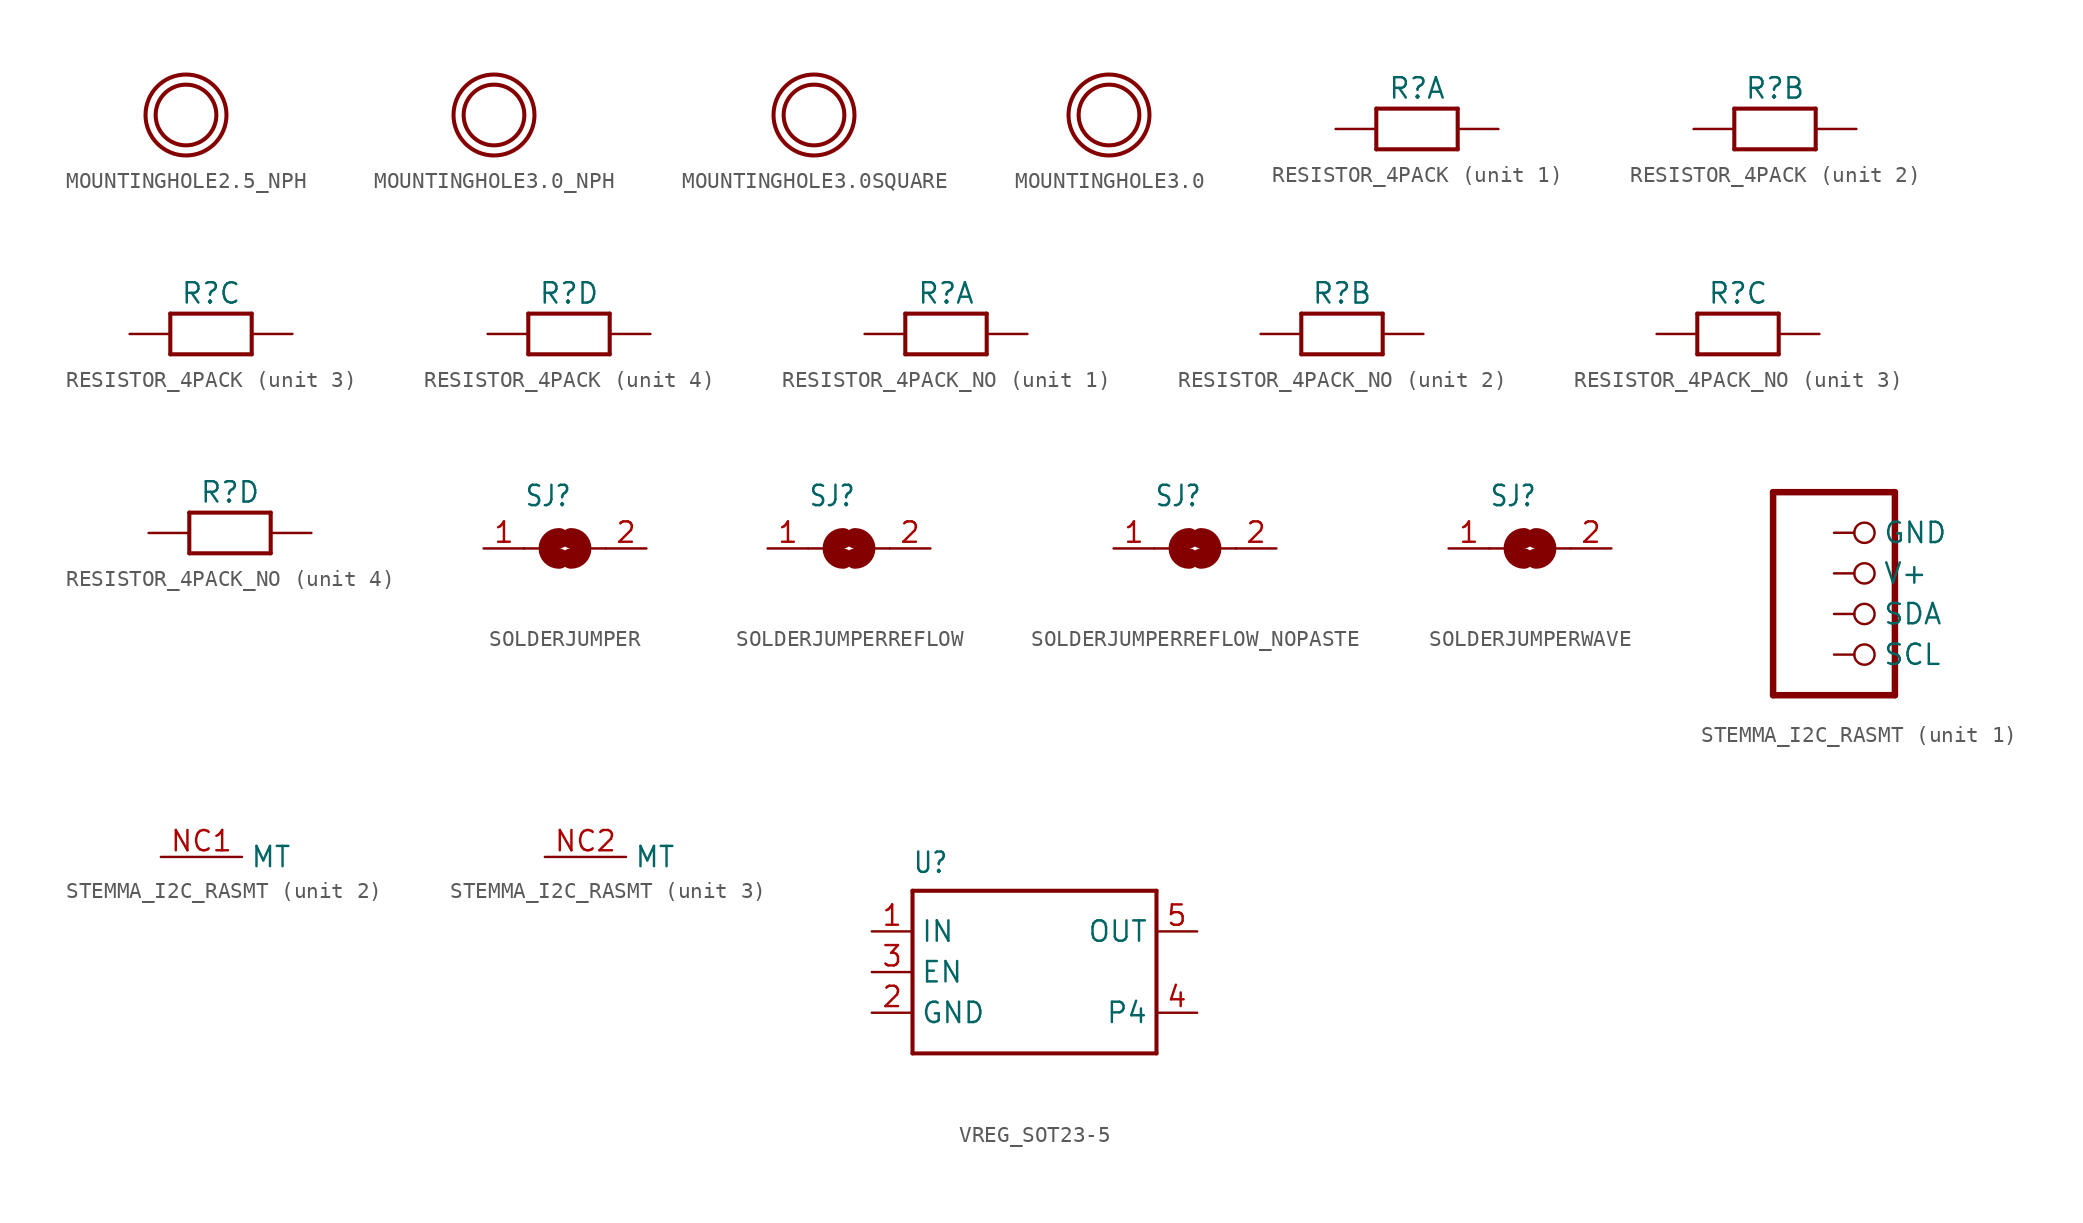
<source format=kicad_sym>
(kicad_symbol_lib
  (version 20220914)
  (generator kicad_symbol_editor)
  (symbol "MOUNTINGHOLE2.5_NPH"
    (property "Reference" ""
      (at 0 0 0)
      (effects (font (size 1.27 1.27)) hide))
    (property "ki_locked" ""
      (at 0 0 0)
      (effects (font (size 1.27 1.27))))
    (symbol "MOUNTINGHOLE2.5_NPH_1_0"
      (circle (center 0 0) (radius 1.905) (stroke (width 0.254) (type solid)) (fill (type none)))
      (circle (center 0 0) (radius 2.54) (stroke (width 0.254) (type solid)) (fill (type none)))))
  (symbol "MOUNTINGHOLE3.0_NPH"
    (property "Reference" ""
      (at 0 0 0)
      (effects (font (size 1.27 1.27)) hide))
    (property "ki_locked" ""
      (at 0 0 0)
      (effects (font (size 1.27 1.27))))
    (symbol "MOUNTINGHOLE3.0_NPH_1_0"
      (circle (center 0 0) (radius 1.905) (stroke (width 0.254) (type solid)) (fill (type none)))
      (circle (center 0 0) (radius 2.54) (stroke (width 0.254) (type solid)) (fill (type none)))))
  (symbol "MOUNTINGHOLE3.0SQUARE"
    (property "Reference" ""
      (at 0 0 0)
      (effects (font (size 1.27 1.27)) hide))
    (property "ki_locked" ""
      (at 0 0 0)
      (effects (font (size 1.27 1.27))))
    (symbol "MOUNTINGHOLE3.0SQUARE_1_0"
      (circle (center 0 0) (radius 1.905) (stroke (width 0.254) (type solid)) (fill (type none)))
      (circle (center 0 0) (radius 2.54) (stroke (width 0.254) (type solid)) (fill (type none)))))
  (symbol "MOUNTINGHOLE3.0"
    (property "Reference" ""
      (at 0 0 0)
      (effects (font (size 1.27 1.27)) hide))
    (property "ki_locked" ""
      (at 0 0 0)
      (effects (font (size 1.27 1.27))))
    (symbol "MOUNTINGHOLE3.0_1_0"
      (circle (center 0 0) (radius 1.905) (stroke (width 0.254) (type solid)) (fill (type none)))
      (circle (center 0 0) (radius 2.54) (stroke (width 0.254) (type solid)) (fill (type none)))))
  (symbol "RESISTOR_4PACK"
    (property "Reference" "R"
      (at 0 2.54 0)
      (effects (font (size 1.27 1.27))))
    (property "Value" ""
      (at 0 0 0)
      (effects (font (size 1.016 1.016) bold)))
    (property "ki_locked" ""
      (at 0 0 0)
      (effects (font (size 1.27 1.27))))
    (symbol "RESISTOR_4PACK_1_0"
      (polyline (pts (xy -2.54 -1.27) (xy -2.54 1.27)) (stroke (width 0.254) (type solid)) (fill (type none)))
      (polyline (pts (xy -2.54 1.27) (xy 2.54 1.27)) (stroke (width 0.254) (type solid)) (fill (type none)))
      (polyline (pts (xy 2.54 -1.27) (xy -2.54 -1.27)) (stroke (width 0.254) (type solid)) (fill (type none)))
      (polyline (pts (xy 2.54 1.27) (xy 2.54 -1.27)) (stroke (width 0.254) (type solid)) (fill (type none)))
      (pin passive line (at -5.08 0 0) (length 2.54) (name "1" (effects (font (size 0 0)))) (number "1" (effects (font (size 0 0)))))
      (pin passive line (at 5.08 0 180) (length 2.54) (name "2" (effects (font (size 0 0)))) (number "8" (effects (font (size 0 0))))))
    (symbol "RESISTOR_4PACK_2_0"
      (polyline (pts (xy -2.54 -1.27) (xy -2.54 1.27)) (stroke (width 0.254) (type solid)) (fill (type none)))
      (polyline (pts (xy -2.54 1.27) (xy 2.54 1.27)) (stroke (width 0.254) (type solid)) (fill (type none)))
      (polyline (pts (xy 2.54 -1.27) (xy -2.54 -1.27)) (stroke (width 0.254) (type solid)) (fill (type none)))
      (polyline (pts (xy 2.54 1.27) (xy 2.54 -1.27)) (stroke (width 0.254) (type solid)) (fill (type none)))
      (pin passive line (at -5.08 0 0) (length 2.54) (name "1" (effects (font (size 0 0)))) (number "2" (effects (font (size 0 0)))))
      (pin passive line (at 5.08 0 180) (length 2.54) (name "2" (effects (font (size 0 0)))) (number "7" (effects (font (size 0 0))))))
    (symbol "RESISTOR_4PACK_3_0"
      (polyline (pts (xy -2.54 -1.27) (xy -2.54 1.27)) (stroke (width 0.254) (type solid)) (fill (type none)))
      (polyline (pts (xy -2.54 1.27) (xy 2.54 1.27)) (stroke (width 0.254) (type solid)) (fill (type none)))
      (polyline (pts (xy 2.54 -1.27) (xy -2.54 -1.27)) (stroke (width 0.254) (type solid)) (fill (type none)))
      (polyline (pts (xy 2.54 1.27) (xy 2.54 -1.27)) (stroke (width 0.254) (type solid)) (fill (type none)))
      (pin passive line (at -5.08 0 0) (length 2.54) (name "1" (effects (font (size 0 0)))) (number "3" (effects (font (size 0 0)))))
      (pin passive line (at 5.08 0 180) (length 2.54) (name "2" (effects (font (size 0 0)))) (number "6" (effects (font (size 0 0))))))
    (symbol "RESISTOR_4PACK_4_0"
      (polyline (pts (xy -2.54 -1.27) (xy -2.54 1.27)) (stroke (width 0.254) (type solid)) (fill (type none)))
      (polyline (pts (xy -2.54 1.27) (xy 2.54 1.27)) (stroke (width 0.254) (type solid)) (fill (type none)))
      (polyline (pts (xy 2.54 -1.27) (xy -2.54 -1.27)) (stroke (width 0.254) (type solid)) (fill (type none)))
      (polyline (pts (xy 2.54 1.27) (xy 2.54 -1.27)) (stroke (width 0.254) (type solid)) (fill (type none)))
      (pin passive line (at -5.08 0 0) (length 2.54) (name "1" (effects (font (size 0 0)))) (number "4" (effects (font (size 0 0)))))
      (pin passive line (at 5.08 0 180) (length 2.54) (name "2" (effects (font (size 0 0)))) (number "5" (effects (font (size 0 0)))))))
  (symbol "RESISTOR_4PACK_NO"
    (property "Reference" "R"
      (at 0 2.54 0)
      (effects (font (size 1.27 1.27))))
    (property "Value" ""
      (at 0 0 0)
      (effects (font (size 1.016 1.016) bold)))
    (property "ki_locked" ""
      (at 0 0 0)
      (effects (font (size 1.27 1.27))))
    (symbol "RESISTOR_4PACK_NO_1_0"
      (polyline (pts (xy -2.54 -1.27) (xy -2.54 1.27)) (stroke (width 0.254) (type solid)) (fill (type none)))
      (polyline (pts (xy -2.54 1.27) (xy 2.54 1.27)) (stroke (width 0.254) (type solid)) (fill (type none)))
      (polyline (pts (xy 2.54 -1.27) (xy -2.54 -1.27)) (stroke (width 0.254) (type solid)) (fill (type none)))
      (polyline (pts (xy 2.54 1.27) (xy 2.54 -1.27)) (stroke (width 0.254) (type solid)) (fill (type none)))
      (pin passive line (at -5.08 0 0) (length 2.54) (name "1" (effects (font (size 0 0)))) (number "1" (effects (font (size 0 0)))))
      (pin passive line (at 5.08 0 180) (length 2.54) (name "2" (effects (font (size 0 0)))) (number "8" (effects (font (size 0 0))))))
    (symbol "RESISTOR_4PACK_NO_2_0"
      (polyline (pts (xy -2.54 -1.27) (xy -2.54 1.27)) (stroke (width 0.254) (type solid)) (fill (type none)))
      (polyline (pts (xy -2.54 1.27) (xy 2.54 1.27)) (stroke (width 0.254) (type solid)) (fill (type none)))
      (polyline (pts (xy 2.54 -1.27) (xy -2.54 -1.27)) (stroke (width 0.254) (type solid)) (fill (type none)))
      (polyline (pts (xy 2.54 1.27) (xy 2.54 -1.27)) (stroke (width 0.254) (type solid)) (fill (type none)))
      (pin passive line (at -5.08 0 0) (length 2.54) (name "1" (effects (font (size 0 0)))) (number "2" (effects (font (size 0 0)))))
      (pin passive line (at 5.08 0 180) (length 2.54) (name "2" (effects (font (size 0 0)))) (number "7" (effects (font (size 0 0))))))
    (symbol "RESISTOR_4PACK_NO_3_0"
      (polyline (pts (xy -2.54 -1.27) (xy -2.54 1.27)) (stroke (width 0.254) (type solid)) (fill (type none)))
      (polyline (pts (xy -2.54 1.27) (xy 2.54 1.27)) (stroke (width 0.254) (type solid)) (fill (type none)))
      (polyline (pts (xy 2.54 -1.27) (xy -2.54 -1.27)) (stroke (width 0.254) (type solid)) (fill (type none)))
      (polyline (pts (xy 2.54 1.27) (xy 2.54 -1.27)) (stroke (width 0.254) (type solid)) (fill (type none)))
      (pin passive line (at -5.08 0 0) (length 2.54) (name "1" (effects (font (size 0 0)))) (number "3" (effects (font (size 0 0)))))
      (pin passive line (at 5.08 0 180) (length 2.54) (name "2" (effects (font (size 0 0)))) (number "6" (effects (font (size 0 0))))))
    (symbol "RESISTOR_4PACK_NO_4_0"
      (polyline (pts (xy -2.54 -1.27) (xy -2.54 1.27)) (stroke (width 0.254) (type solid)) (fill (type none)))
      (polyline (pts (xy -2.54 1.27) (xy 2.54 1.27)) (stroke (width 0.254) (type solid)) (fill (type none)))
      (polyline (pts (xy 2.54 -1.27) (xy -2.54 -1.27)) (stroke (width 0.254) (type solid)) (fill (type none)))
      (polyline (pts (xy 2.54 1.27) (xy 2.54 -1.27)) (stroke (width 0.254) (type solid)) (fill (type none)))
      (pin passive line (at -5.08 0 0) (length 2.54) (name "1" (effects (font (size 0 0)))) (number "4" (effects (font (size 0 0)))))
      (pin passive line (at 5.08 0 180) (length 2.54) (name "2" (effects (font (size 0 0)))) (number "5" (effects (font (size 0 0)))))))
  (symbol "SOLDERJUMPER"
    (property "Reference" "SJ"
      (at -2.54 2.54 0)
      (effects (font (size 1.27 1.079)) (justify left bottom)))
    (property "Value" ""
      (at -2.54 -3.81 0)
      (effects (font (size 1.27 1.079)) (justify left bottom)))
    (property "ki_locked" ""
      (at 0 0 0)
      (effects (font (size 1.27 1.27))))
    (symbol "SOLDERJUMPER_1_0"
      (arc (start -0.3808 0.635) (mid -1.0159 0.0001) (end -0.381 -0.635) (stroke (width 1.27) (type solid)) (fill (type none)))
      (polyline (pts (xy -2.54 0) (xy -1.651 0)) (stroke (width 0.152) (type solid)) (fill (type none)))
      (polyline (pts (xy 2.54 0) (xy 1.651 0)) (stroke (width 0.152) (type solid)) (fill (type none)))
      (arc (start 0.3808 -0.635) (mid 1.0159 -0.0001) (end 0.381 0.635) (stroke (width 1.27) (type solid)) (fill (type none)))
      (pin passive line (at -5.08 0 0) (length 2.54) (name "1" (effects (font (size 0 0)))) (number "1" (effects (font (size 1.27 1.27)))))
      (pin passive line (at 5.08 0 180) (length 2.54) (name "2" (effects (font (size 0 0)))) (number "2" (effects (font (size 1.27 1.27)))))))
  (symbol "SOLDERJUMPERREFLOW"
    (property "Reference" "SJ"
      (at -2.54 2.54 0)
      (effects (font (size 1.27 1.079)) (justify left bottom)))
    (property "Value" ""
      (at -2.54 -3.81 0)
      (effects (font (size 1.27 1.079)) (justify left bottom)))
    (property "ki_locked" ""
      (at 0 0 0)
      (effects (font (size 1.27 1.27))))
    (symbol "SOLDERJUMPERREFLOW_1_0"
      (arc (start -0.3808 0.635) (mid -1.0159 0.0001) (end -0.381 -0.635) (stroke (width 1.27) (type solid)) (fill (type none)))
      (polyline (pts (xy -2.54 0) (xy -1.651 0)) (stroke (width 0.152) (type solid)) (fill (type none)))
      (polyline (pts (xy 2.54 0) (xy 1.651 0)) (stroke (width 0.152) (type solid)) (fill (type none)))
      (arc (start 0.3808 -0.635) (mid 1.0159 -0.0001) (end 0.381 0.635) (stroke (width 1.27) (type solid)) (fill (type none)))
      (pin passive line (at -5.08 0 0) (length 2.54) (name "1" (effects (font (size 0 0)))) (number "1" (effects (font (size 1.27 1.27)))))
      (pin passive line (at 5.08 0 180) (length 2.54) (name "2" (effects (font (size 0 0)))) (number "2" (effects (font (size 1.27 1.27)))))))
  (symbol "SOLDERJUMPERREFLOW_NOPASTE"
    (property "Reference" "SJ"
      (at -2.54 2.54 0)
      (effects (font (size 1.27 1.079)) (justify left bottom)))
    (property "Value" ""
      (at -2.54 -3.81 0)
      (effects (font (size 1.27 1.079)) (justify left bottom)))
    (property "ki_locked" ""
      (at 0 0 0)
      (effects (font (size 1.27 1.27))))
    (symbol "SOLDERJUMPERREFLOW_NOPASTE_1_0"
      (arc (start -0.3808 0.635) (mid -1.0159 0.0001) (end -0.381 -0.635) (stroke (width 1.27) (type solid)) (fill (type none)))
      (polyline (pts (xy -2.54 0) (xy -1.651 0)) (stroke (width 0.152) (type solid)) (fill (type none)))
      (polyline (pts (xy 2.54 0) (xy 1.651 0)) (stroke (width 0.152) (type solid)) (fill (type none)))
      (arc (start 0.3808 -0.635) (mid 1.0159 -0.0001) (end 0.381 0.635) (stroke (width 1.27) (type solid)) (fill (type none)))
      (pin passive line (at -5.08 0 0) (length 2.54) (name "1" (effects (font (size 0 0)))) (number "1" (effects (font (size 1.27 1.27)))))
      (pin passive line (at 5.08 0 180) (length 2.54) (name "2" (effects (font (size 0 0)))) (number "2" (effects (font (size 1.27 1.27)))))))
  (symbol "SOLDERJUMPERWAVE"
    (property "Reference" "SJ"
      (at -2.54 2.54 0)
      (effects (font (size 1.27 1.079)) (justify left bottom)))
    (property "Value" ""
      (at -2.54 -3.81 0)
      (effects (font (size 1.27 1.079)) (justify left bottom)))
    (property "ki_locked" ""
      (at 0 0 0)
      (effects (font (size 1.27 1.27))))
    (symbol "SOLDERJUMPERWAVE_1_0"
      (arc (start -0.3808 0.635) (mid -1.0159 0.0001) (end -0.381 -0.635) (stroke (width 1.27) (type solid)) (fill (type none)))
      (polyline (pts (xy -2.54 0) (xy -1.651 0)) (stroke (width 0.152) (type solid)) (fill (type none)))
      (polyline (pts (xy 2.54 0) (xy 1.651 0)) (stroke (width 0.152) (type solid)) (fill (type none)))
      (arc (start 0.3808 -0.635) (mid 1.0159 -0.0001) (end 0.381 0.635) (stroke (width 1.27) (type solid)) (fill (type none)))
      (pin passive line (at -5.08 0 0) (length 2.54) (name "1" (effects (font (size 0 0)))) (number "1" (effects (font (size 1.27 1.27)))))
      (pin passive line (at 5.08 0 180) (length 2.54) (name "2" (effects (font (size 0 0)))) (number "2" (effects (font (size 1.27 1.27)))))))
  (symbol "STEMMA_I2C_RASMT"
    (property "Reference" "CONN"
      (at -3.81 8.255 0)
      (effects (font (size 1.778 1.511)) (justify left bottom) hide))
    (property "ki_locked" ""
      (at 0 0 0)
      (effects (font (size 1.27 1.27))))
    (symbol "STEMMA_I2C_RASMT_1_0"
      (polyline (pts (xy -3.81 -5.08) (xy 3.81 -5.08)) (stroke (width 0.406) (type solid)) (fill (type none)))
      (polyline (pts (xy -3.81 7.62) (xy -3.81 -5.08)) (stroke (width 0.406) (type solid)) (fill (type none)))
      (polyline (pts (xy 3.81 -5.08) (xy 3.81 7.62)) (stroke (width 0.406) (type solid)) (fill (type none)))
      (polyline (pts (xy 3.81 7.62) (xy -3.81 7.62)) (stroke (width 0.406) (type solid)) (fill (type none)))
      (pin passive inverted (at 0 5.08 0) (length 2.54) (name "GND" (effects (font (size 1.27 1.27)))) (number "1" (effects (font (size 0 0)))))
      (pin passive inverted (at 0 2.54 0) (length 2.54) (name "V+" (effects (font (size 1.27 1.27)))) (number "2" (effects (font (size 0 0)))))
      (pin passive inverted (at 0 0 0) (length 2.54) (name "SDA" (effects (font (size 1.27 1.27)))) (number "3" (effects (font (size 0 0)))))
      (pin passive inverted (at 0 -2.54 0) (length 2.54) (name "SCL" (effects (font (size 1.27 1.27)))) (number "4" (effects (font (size 0 0))))))
    (symbol "STEMMA_I2C_RASMT_2_0"
      (pin bidirectional line (at 0 0 0) (length 5.08) (name "MT" (effects (font (size 1.27 1.27)))) (number "NC1" (effects (font (size 1.27 1.27))))))
    (symbol "STEMMA_I2C_RASMT_3_0"
      (pin bidirectional line (at 0 0 0) (length 5.08) (name "MT" (effects (font (size 1.27 1.27)))) (number "NC2" (effects (font (size 1.27 1.27)))))))
  (symbol "VREG_SOT23-5"
    (property "Reference" "U"
      (at -7.62 6.096 0)
      (effects (font (size 1.27 1.079)) (justify left bottom)))
    (property "Value" ""
      (at -7.62 -7.62 0)
      (effects (font (size 1.27 1.079)) (justify left bottom)))
    (property "ki_locked" ""
      (at 0 0 0)
      (effects (font (size 1.27 1.27))))
    (symbol "VREG_SOT23-5_1_0"
      (polyline (pts (xy -7.62 -5.08) (xy -7.62 5.08)) (stroke (width 0.254) (type solid)) (fill (type none)))
      (polyline (pts (xy -7.62 5.08) (xy 7.62 5.08)) (stroke (width 0.254) (type solid)) (fill (type none)))
      (polyline (pts (xy 7.62 -5.08) (xy -7.62 -5.08)) (stroke (width 0.254) (type solid)) (fill (type none)))
      (polyline (pts (xy 7.62 5.08) (xy 7.62 -5.08)) (stroke (width 0.254) (type solid)) (fill (type none)))
      (pin power_in line (at -10.16 2.54 0) (length 2.54) (name "IN" (effects (font (size 1.27 1.27)))) (number "1" (effects (font (size 1.27 1.27)))))
      (pin power_in line (at -10.16 -2.54 0) (length 2.54) (name "GND" (effects (font (size 1.27 1.27)))) (number "2" (effects (font (size 1.27 1.27)))))
      (pin input line (at -10.16 0 0) (length 2.54) (name "EN" (effects (font (size 1.27 1.27)))) (number "3" (effects (font (size 1.27 1.27)))))
      (pin bidirectional line (at 10.16 -2.54 180) (length 2.54) (name "P4" (effects (font (size 1.27 1.27)))) (number "4" (effects (font (size 1.27 1.27)))))
      (pin power_in line (at 10.16 2.54 180) (length 2.54) (name "OUT" (effects (font (size 1.27 1.27)))) (number "5" (effects (font (size 1.27 1.27))))))))
</source>
